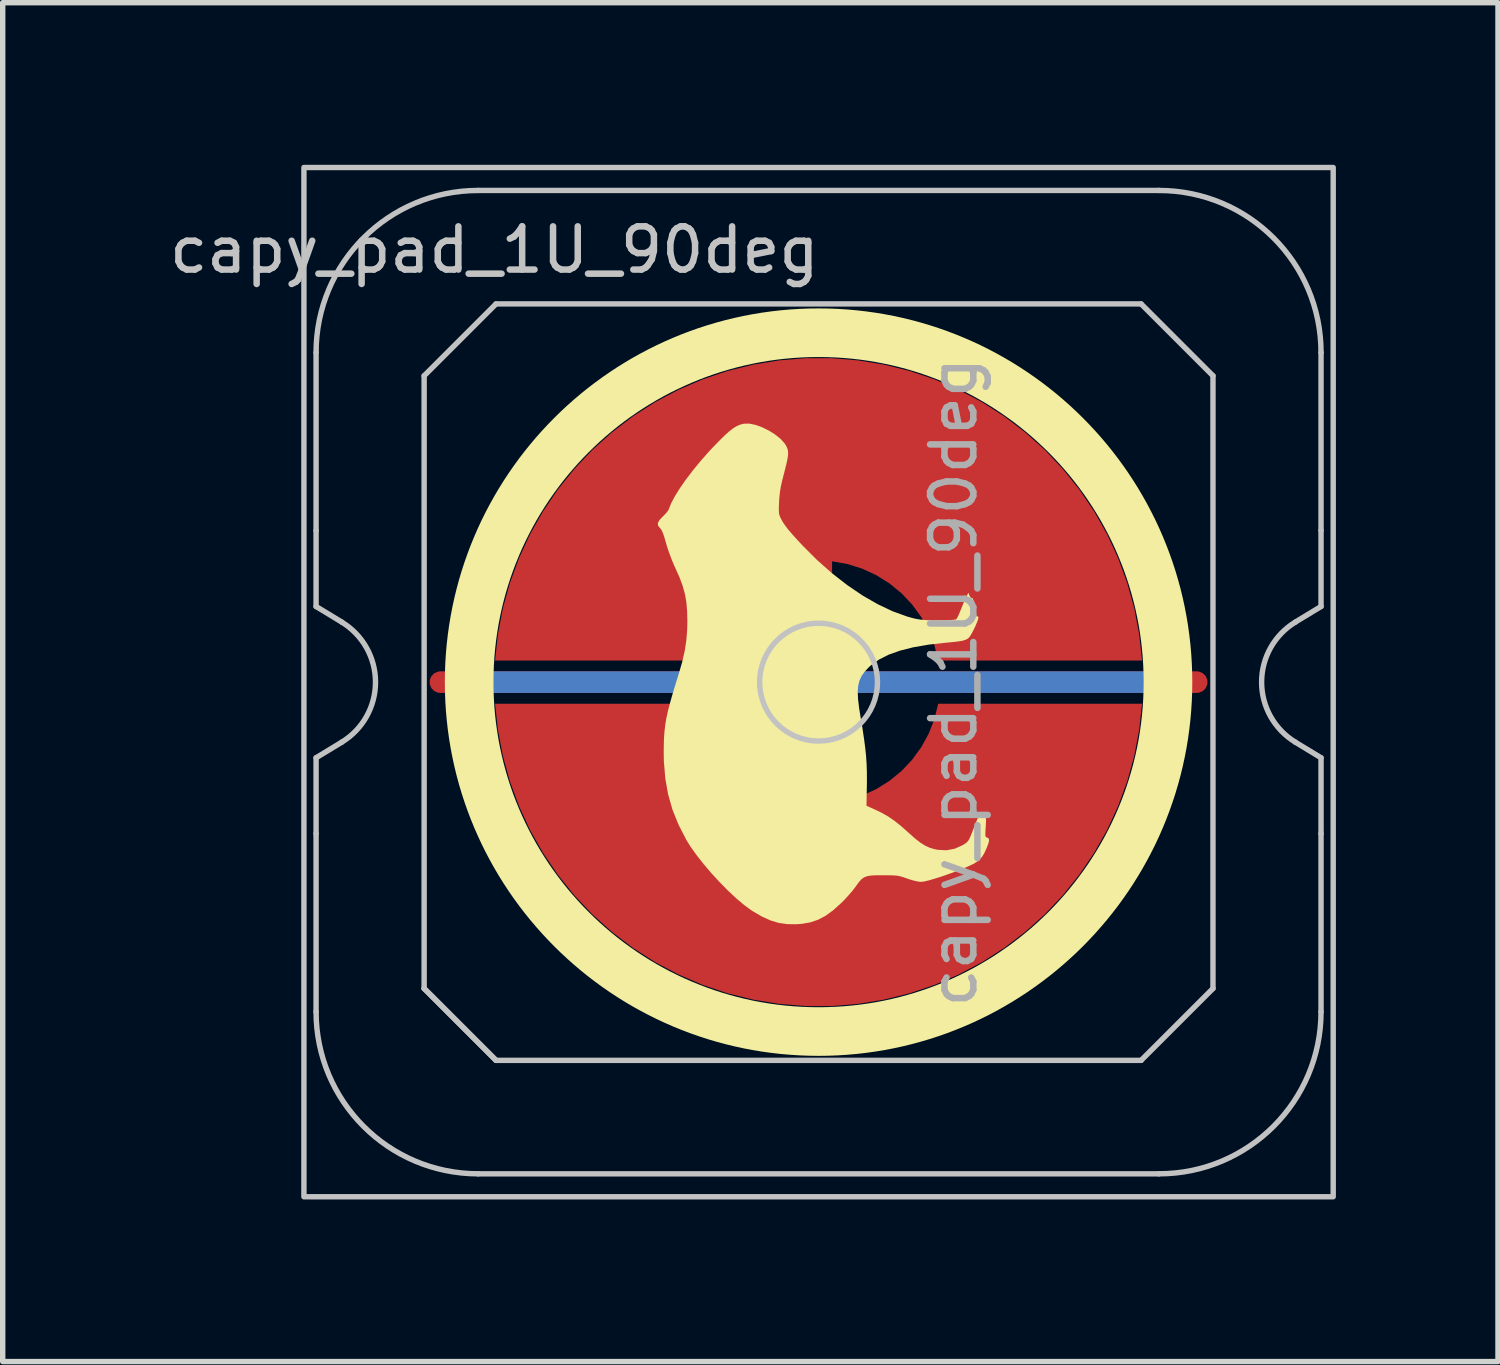
<source format=kicad_pcb>
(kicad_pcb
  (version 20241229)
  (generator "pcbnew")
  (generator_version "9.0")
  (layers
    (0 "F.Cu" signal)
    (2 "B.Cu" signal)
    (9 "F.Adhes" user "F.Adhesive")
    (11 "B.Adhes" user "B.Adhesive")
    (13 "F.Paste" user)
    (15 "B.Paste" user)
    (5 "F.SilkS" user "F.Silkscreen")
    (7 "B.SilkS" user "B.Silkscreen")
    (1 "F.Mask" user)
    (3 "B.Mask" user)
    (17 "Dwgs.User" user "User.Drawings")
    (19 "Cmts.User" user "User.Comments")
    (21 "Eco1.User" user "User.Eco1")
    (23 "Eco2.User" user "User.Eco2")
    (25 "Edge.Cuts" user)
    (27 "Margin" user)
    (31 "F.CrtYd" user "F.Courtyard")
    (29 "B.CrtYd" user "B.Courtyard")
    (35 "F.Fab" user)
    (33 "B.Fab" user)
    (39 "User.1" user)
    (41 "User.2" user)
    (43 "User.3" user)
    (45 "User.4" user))
  (footprint "capy_pad_1U_90deg"
    (layer "F.Cu")
    (at 12.1 9.575)
    (property "Reference" "capy_pad_1U_90deg" (at -6 -8 0) (layer "Dwgs.User") (effects (font (size 0.8 0.8) (thickness 0.12))))
    (attr smd)
    (fp_circle (center 0 0) (end 0 6.467) (stroke (width 0.9) (type solid)) (fill no) (layer "F.SilkS"))
    (fp_poly (pts (xy -2.949 -2.994) (xy -2.889 -3.059) (xy -2.883 -3.064) (xy -2.831 -3.117) (xy -2.79 -3.167) (xy -2.772 -3.2) (xy -2.729 -3.309) (xy -2.66 -3.439) (xy -2.568 -3.587) (xy -2.457 -3.747) (xy -2.328 -3.916) (xy -2.185 -4.09) (xy -2.032 -4.264) (xy -1.967 -4.334) (xy -1.843 -4.462) (xy -1.74 -4.564) (xy -1.653 -4.642) (xy -1.578 -4.7) (xy -1.511 -4.741) (xy -1.447 -4.767) (xy -1.383 -4.783) (xy -1.283 -4.785) (xy -1.167 -4.761) (xy -1.042 -4.716) (xy -0.917 -4.654) (xy -0.8 -4.58) (xy -0.699 -4.498) (xy -0.623 -4.412) (xy -0.598 -4.37) (xy -0.578 -4.327) (xy -0.566 -4.282) (xy -0.563 -4.231) (xy -0.569 -4.167) (xy -0.585 -4.083) (xy -0.611 -3.974) (xy -0.64 -3.861) (xy -0.676 -3.72) (xy -0.701 -3.604) (xy -0.717 -3.5) (xy -0.727 -3.398) (xy -0.731 -3.334) (xy -0.735 -3.237) (xy -0.735 -3.169) (xy -0.731 -3.119) (xy -0.721 -3.079) (xy -0.703 -3.039) (xy -0.691 -3.016) (xy -0.657 -2.955) (xy -0.613 -2.891) (xy -0.557 -2.818) (xy -0.484 -2.733) (xy -0.391 -2.63) (xy -0.296 -2.528) (xy -0.029 -2.261) (xy 0.248 -2.016) (xy 0.529 -1.797) (xy 0.812 -1.605) (xy 1.095 -1.442) (xy 1.372 -1.311) (xy 1.643 -1.213) (xy 1.754 -1.182) (xy 1.829 -1.166) (xy 1.907 -1.155) (xy 1.998 -1.148) (xy 2.112 -1.145) (xy 2.213 -1.145) (xy 2.32 -1.146) (xy 2.415 -1.148) (xy 2.489 -1.153) (xy 2.535 -1.158) (xy 2.545 -1.161) (xy 2.563 -1.185) (xy 2.589 -1.236) (xy 2.619 -1.306) (xy 2.636 -1.349) (xy 2.67 -1.433) (xy 2.702 -1.511) (xy 2.729 -1.571) (xy 2.738 -1.588) (xy 2.773 -1.654) (xy 2.793 -1.6) (xy 2.815 -1.564) (xy 2.839 -1.556) (xy 2.857 -1.547) (xy 2.867 -1.504) (xy 2.867 -1.433) (xy 2.858 -1.336) (xy 2.852 -1.293) (xy 2.847 -1.246) (xy 2.856 -1.226) (xy 2.888 -1.221) (xy 2.904 -1.221) (xy 2.946 -1.218) (xy 2.959 -1.202) (xy 2.954 -1.168) (xy 2.935 -1.114) (xy 2.905 -1.042) (xy 2.868 -0.965) (xy 2.831 -0.895) (xy 2.8 -0.844) (xy 2.789 -0.83) (xy 2.762 -0.805) (xy 2.727 -0.786) (xy 2.679 -0.77) (xy 2.612 -0.757) (xy 2.519 -0.745) (xy 2.395 -0.733) (xy 2.353 -0.729) (xy 2.035 -0.694) (xy 1.754 -0.645) (xy 1.508 -0.583) (xy 1.295 -0.507) (xy 1.117 -0.417) (xy 0.97 -0.312) (xy 0.925 -0.271) (xy 0.852 -0.192) (xy 0.796 -0.113) (xy 0.757 -0.028) (xy 0.733 0.068) (xy 0.725 0.18) (xy 0.731 0.314) (xy 0.75 0.475) (xy 0.775 0.633) (xy 0.812 0.853) (xy 0.841 1.044) (xy 0.863 1.212) (xy 0.879 1.364) (xy 0.889 1.51) (xy 0.894 1.655) (xy 0.895 1.808) (xy 0.894 1.902) (xy 0.887 2.289) (xy 1.047 2.36) (xy 1.177 2.423) (xy 1.294 2.49) (xy 1.407 2.568) (xy 1.526 2.663) (xy 1.659 2.781) (xy 1.668 2.789) (xy 1.783 2.892) (xy 1.882 2.969) (xy 1.97 3.025) (xy 2.057 3.065) (xy 2.148 3.092) (xy 2.21 3.104) (xy 2.368 3.112) (xy 2.522 3.083) (xy 2.667 3.017) (xy 2.667 3.017) (xy 2.714 2.988) (xy 2.748 2.961) (xy 2.774 2.93) (xy 2.799 2.884) (xy 2.827 2.818) (xy 2.856 2.743) (xy 2.89 2.656) (xy 2.921 2.578) (xy 2.946 2.52) (xy 2.96 2.492) (xy 2.987 2.457) (xy 3.01 2.451) (xy 3.021 2.474) (xy 3.021 2.477) (xy 3.038 2.501) (xy 3.064 2.506) (xy 3.083 2.508) (xy 3.095 2.518) (xy 3.1 2.543) (xy 3.099 2.592) (xy 3.094 2.67) (xy 3.093 2.686) (xy 3.088 2.771) (xy 3.086 2.824) (xy 3.091 2.855) (xy 3.101 2.87) (xy 3.12 2.877) (xy 3.148 2.892) (xy 3.156 2.924) (xy 3.146 2.977) (xy 3.116 3.057) (xy 3.112 3.068) (xy 3.069 3.162) (xy 3.029 3.229) (xy 2.984 3.281) (xy 2.926 3.328) (xy 2.92 3.332) (xy 2.861 3.367) (xy 2.772 3.409) (xy 2.663 3.455) (xy 2.538 3.504) (xy 2.407 3.552) (xy 2.276 3.598) (xy 2.151 3.637) (xy 2.041 3.669) (xy 1.953 3.69) (xy 1.893 3.697) (xy 1.892 3.697) (xy 1.835 3.69) (xy 1.756 3.672) (xy 1.67 3.646) (xy 1.643 3.636) (xy 1.572 3.611) (xy 1.514 3.594) (xy 1.457 3.583) (xy 1.391 3.577) (xy 1.305 3.575) (xy 1.211 3.574) (xy 1.078 3.574) (xy 0.977 3.579) (xy 0.901 3.591) (xy 0.843 3.613) (xy 0.795 3.647) (xy 0.75 3.697) (xy 0.7 3.765) (xy 0.696 3.771) (xy 0.64 3.846) (xy 0.565 3.934) (xy 0.483 4.024) (xy 0.416 4.091) (xy 0.268 4.224) (xy 0.129 4.325) (xy -0.008 4.397) (xy -0.151 4.446) (xy -0.306 4.473) (xy -0.412 4.481) (xy -0.579 4.479) (xy -0.734 4.457) (xy -0.885 4.412) (xy -1.042 4.342) (xy -1.211 4.244) (xy -1.246 4.221) (xy -1.375 4.127) (xy -1.519 4.006) (xy -1.671 3.864) (xy -1.827 3.706) (xy -1.98 3.54) (xy -2.125 3.37) (xy -2.256 3.204) (xy -2.369 3.046) (xy -2.447 2.92) (xy -2.592 2.638) (xy -2.704 2.359) (xy -2.785 2.075) (xy -2.837 1.78) (xy -2.863 1.465) (xy -2.866 1.296) (xy -2.864 1.154) (xy -2.86 1.026) (xy -2.851 0.906) (xy -2.837 0.789) (xy -2.817 0.669) (xy -2.789 0.54) (xy -2.752 0.396) (xy -2.706 0.233) (xy -2.649 0.043) (xy -2.59 -0.146) (xy -2.525 -0.37) (xy -2.478 -0.573) (xy -2.448 -0.767) (xy -2.432 -0.963) (xy -2.428 -1.13) (xy -2.433 -1.318) (xy -2.447 -1.483) (xy -2.474 -1.635) (xy -2.516 -1.784) (xy -2.575 -1.943) (xy -2.655 -2.121) (xy -2.662 -2.136) (xy -2.711 -2.25) (xy -2.761 -2.382) (xy -2.805 -2.511) (xy -2.824 -2.577) (xy -2.856 -2.689) (xy -2.884 -2.769) (xy -2.91 -2.822) (xy -2.932 -2.848) (xy -2.969 -2.894) (xy -2.975 -2.941)) (stroke (width 0) (type solid)) (fill yes) (layer "F.SilkS"))
    (fp_line (start -9.3 -2.805) (end -9.3 -6.1) (stroke (width 0.1) (type solid)) (layer "Dwgs.User"))
    (fp_line (start -9.3 -1.4) (end -9.3 -2.805) (stroke (width 0.1) (type solid)) (layer "Dwgs.User"))
    (fp_line (start -9.3 1.4) (end -8.824 1.111) (stroke (width 0.1) (type solid)) (layer "Dwgs.User"))
    (fp_line (start -9.3 2.805) (end -9.3 1.4) (stroke (width 0.1) (type solid)) (layer "Dwgs.User"))
    (fp_line (start -9.3 6.1) (end -9.3 2.805) (stroke (width 0.1) (type solid)) (layer "Dwgs.User"))
    (fp_line (start -8.824 -1.111) (end -9.3 -1.4) (stroke (width 0.1) (type solid)) (layer "Dwgs.User"))
    (fp_line (start -7.3 -5.67) (end -5.97 -7) (stroke (width 0.1) (type solid)) (layer "Dwgs.User"))
    (fp_line (start -7.3 5.67) (end -7.3 -5.67) (stroke (width 0.1) (type solid)) (layer "Dwgs.User"))
    (fp_line (start -7.3 5.67) (end -5.97 7) (stroke (width 0.1) (type solid)) (layer "Dwgs.User"))
    (fp_line (start -6.3 -9.1) (end 6.3 -9.1) (stroke (width 0.1) (type solid)) (layer "Dwgs.User"))
    (fp_line (start -5.97 -7) (end 5.97 -7) (stroke (width 0.1) (type solid)) (layer "Dwgs.User"))
    (fp_line (start -5.97 7) (end -7.3 5.67) (stroke (width 0.1) (type solid)) (layer "Dwgs.User"))
    (fp_line (start 5.97 -7) (end 7.3 -5.67) (stroke (width 0.1) (type solid)) (layer "Dwgs.User"))
    (fp_line (start 5.97 7) (end -5.97 7) (stroke (width 0.1) (type solid)) (layer "Dwgs.User"))
    (fp_line (start 6.3 9.1) (end -6.3 9.1) (stroke (width 0.1) (type solid)) (layer "Dwgs.User"))
    (fp_line (start 7.3 -5.67) (end 7.3 5.67) (stroke (width 0.1) (type solid)) (layer "Dwgs.User"))
    (fp_line (start 7.3 5.67) (end 5.97 7) (stroke (width 0.1) (type solid)) (layer "Dwgs.User"))
    (fp_line (start 8.824 1.111) (end 9.3 1.4) (stroke (width 0.1) (type solid)) (layer "Dwgs.User"))
    (fp_line (start 9.3 -6.1) (end 9.3 -2.805) (stroke (width 0.1) (type solid)) (layer "Dwgs.User"))
    (fp_line (start 9.3 -2.805) (end 9.3 -1.4) (stroke (width 0.1) (type solid)) (layer "Dwgs.User"))
    (fp_line (start 9.3 -1.4) (end 8.824 -1.111) (stroke (width 0.1) (type solid)) (layer "Dwgs.User"))
    (fp_line (start 9.3 1.4) (end 9.3 2.805) (stroke (width 0.1) (type solid)) (layer "Dwgs.User"))
    (fp_line (start 9.3 2.805) (end 9.3 6.1) (stroke (width 0.1) (type solid)) (layer "Dwgs.User"))
    (fp_rect (start -9.525 -9.525) (end 9.525 9.525) (stroke (width 0.1) (type default)) (fill no) (layer "Dwgs.User"))
    (fp_arc (start -9.3 -6.1) (mid -8.42132 -8.22132) (end -6.3 -9.1) (stroke (width 0.1) (type solid)) (layer "Dwgs.User"))
    (fp_arc (start -8.824333 -1.110619) (mid -8.2 0) (end -8.824333 1.110619) (stroke (width 0.1) (type solid)) (layer "Dwgs.User"))
    (fp_arc (start -6.3 9.1) (mid -8.42132 8.22132) (end -9.3 6.1) (stroke (width 0.1) (type solid)) (layer "Dwgs.User"))
    (fp_arc (start 6.3 -9.1) (mid 8.42132 -8.22132) (end 9.3 -6.1) (stroke (width 0.1) (type solid)) (layer "Dwgs.User"))
    (fp_arc (start 8.824333 1.110619) (mid 8.2 0) (end 8.824333 -1.110619) (stroke (width 0.1) (type solid)) (layer "Dwgs.User"))
    (fp_arc (start 9.3 6.1) (mid 8.42132 8.22132) (end 6.3 9.1) (stroke (width 0.1) (type solid)) (layer "Dwgs.User"))
    (fp_circle (center 0 0) (end 1.09 0) (stroke (width 0.1) (type default)) (fill no) (layer "Dwgs.User"))
    (fp_text user "${REFERENCE}" (at 2.5 0 270) (layer "F.Fab") (effects (font (size 0.8 0.8) (thickness 0.12))))
    (pad "1" smd custom (at 0 -1 270) (size 0.4 0.4) (layers "F.Cu") (options (anchor circle)) (primitives (gr_poly (pts (xy 0.6 -2.214) (xy 0.32 -2.145) (xy 0.052 -2.041) (xy -0.201 -1.903) (xy -0.434 -1.734) (xy -0.644 -1.536) (xy -0.826 -1.314) (xy -0.979 -1.07) (xy -1.1 -0.808) (xy -1.186 -0.534) (xy -1.236 -0.25) (xy 0 -0.25) (xy 0.096 -0.231) (xy 0.177 -0.177) (xy 0.231 -0.096) (xy 0.25 0) (xy 0.231 0.096) (xy 0.177 0.177) (xy 0.096 0.231) (xy 0 0.25) (xy -1.236 0.25) (xy -1.186 0.534) (xy -1.1 0.808) (xy -0.979 1.07) (xy -0.826 1.314) (xy -0.644 1.536) (xy -0.434 1.734) (xy -0.201 1.903) (xy 0.052 2.041) (xy 0.32 2.145) (xy 0.6 2.214) (xy 0.6 5.987) (xy 0.115 5.934) (xy -0.364 5.843) (xy -0.834 5.713) (xy -1.292 5.545) (xy -1.735 5.341) (xy -2.159 5.101) (xy -2.563 4.827) (xy -2.943 4.522) (xy -3.298 4.187) (xy -3.623 3.824) (xy -3.919 3.436) (xy -4.182 3.025) (xy -4.41 2.594) (xy -4.603 2.147) (xy -4.759 1.684) (xy -4.876 1.211) (xy -4.955 0.73) (xy -4.995 0.244) (xy -4.995 -0.244) (xy -4.955 -0.73) (xy -4.876 -1.211) (xy -4.759 -1.684) (xy -4.603 -2.147) (xy -4.41 -2.594) (xy -4.182 -3.025) (xy -3.919 -3.436) (xy -3.623 -3.824) (xy -3.298 -4.187) (xy -2.943 -4.522) (xy -2.563 -4.827) (xy -2.159 -5.101) (xy -1.735 -5.341) (xy -1.292 -5.545) (xy -0.834 -5.713) (xy -0.364 -5.843) (xy 0.115 -5.934) (xy 0.6 -5.987)) (width 0) (fill yes))))
    (pad "2" smd custom (at 0 1 90) (size 0.4 0.4) (layers "F.Cu") (options (anchor circle)) (primitives (gr_poly (pts (xy 0.6 -2.214) (xy 0.32 -2.145) (xy 0.052 -2.041) (xy -0.201 -1.903) (xy -0.434 -1.734) (xy -0.644 -1.536) (xy -0.826 -1.314) (xy -0.979 -1.07) (xy -1.1 -0.808) (xy -1.186 -0.534) (xy -1.236 -0.25) (xy 0 -0.25) (xy 0.096 -0.231) (xy 0.177 -0.177) (xy 0.231 -0.096) (xy 0.25 0) (xy 0.231 0.096) (xy 0.177 0.177) (xy 0.096 0.231) (xy 0 0.25) (xy -1.236 0.25) (xy -1.186 0.534) (xy -1.1 0.808) (xy -0.979 1.07) (xy -0.826 1.314) (xy -0.644 1.536) (xy -0.434 1.734) (xy -0.201 1.903) (xy 0.052 2.041) (xy 0.32 2.145) (xy 0.6 2.214) (xy 0.6 5.987) (xy 0.115 5.934) (xy -0.364 5.843) (xy -0.834 5.713) (xy -1.292 5.545) (xy -1.735 5.341) (xy -2.159 5.101) (xy -2.563 4.827) (xy -2.943 4.522) (xy -3.298 4.187) (xy -3.623 3.824) (xy -3.919 3.436) (xy -4.182 3.025) (xy -4.41 2.594) (xy -4.603 2.147) (xy -4.759 1.684) (xy -4.876 1.211) (xy -4.955 0.73) (xy -4.995 0.244) (xy -4.995 -0.244) (xy -4.955 -0.73) (xy -4.876 -1.211) (xy -4.759 -1.684) (xy -4.603 -2.147) (xy -4.41 -2.594) (xy -4.182 -3.025) (xy -3.919 -3.436) (xy -3.623 -3.824) (xy -3.298 -4.187) (xy -2.943 -4.522) (xy -2.563 -4.827) (xy -2.159 -5.101) (xy -1.735 -5.341) (xy -1.292 -5.545) (xy -0.834 -5.713) (xy -0.364 -5.843) (xy 0.115 -5.934) (xy 0.6 -5.987)) (width 0) (fill yes))))
    (pad "3" smd custom (at 0 0 270) (size 0.4 0.4) (layers "F.Cu") (options (anchor rect)) (primitives (gr_line (start 0 -7) (end 0 7) (width 0.4))))
    (pad "3" smd custom (at 0 0 270) (size 0.4 0.4) (layers "B.Cu") (options (anchor rect)) (primitives (gr_line (start 0 -6.5) (end 0 6.5) (width 0.4))))
    (zone (net_name "") (layer "F.Cu") (hatch edge 0.508) (connect_pads) (min_thickness 0.254) (filled_areas_thickness no) (keepout (tracks allowed) (vias allowed) (pads allowed) (copperpour not_allowed) (footprints allowed)) (placement (enabled no)) (fill) (polygon (pts (xy 19.105 9.575) (xy 19.086 9.062) (xy 19.03 8.552) (xy 18.936 8.047) (xy 18.806 7.55) (xy 18.64 7.065) (xy 18.438 6.592) (xy 18.203 6.136) (xy 17.935 5.699) (xy 17.635 5.282) (xy 17.306 4.888) (xy 16.948 4.519) (xy 16.565 4.178) (xy 16.158 3.865) (xy 15.729 3.583) (xy 15.28 3.334) (xy 14.815 3.117) (xy 14.334 2.936) (xy 13.842 2.79) (xy 13.34 2.681) (xy 12.832 2.608) (xy 12.32 2.574) (xy 11.807 2.576) (xy 11.295 2.617) (xy 10.787 2.694) (xy 10.287 2.809) (xy 9.796 2.96) (xy 9.318 3.146) (xy 8.855 3.367) (xy 8.409 3.622) (xy 7.983 3.908) (xy 7.579 4.225) (xy 7.199 4.57) (xy 6.846 4.943) (xy 6.52 5.34) (xy 6.225 5.76) (xy 5.962 6.2) (xy 5.731 6.659) (xy 5.534 7.133) (xy 5.373 7.621) (xy 5.248 8.119) (xy 5.16 8.624) (xy 5.109 9.135) (xy 5.095 9.648) (xy 5.12 10.161) (xy 5.181 10.671) (xy 5.28 11.175) (xy 5.416 11.67) (xy 5.587 12.154) (xy 5.793 12.624) (xy 6.034 13.077) (xy 6.306 13.512) (xy 6.61 13.926) (xy 6.944 14.316) (xy 7.305 14.681) (xy 7.692 15.019) (xy 8.102 15.327) (xy 8.534 15.604) (xy 8.985 15.849) (xy 9.453 16.061) (xy 9.935 16.237) (xy 10.429 16.378) (xy 10.932 16.482) (xy 11.441 16.549) (xy 11.953 16.578) (xy 12.467 16.57) (xy 12.978 16.525) (xy 13.485 16.442) (xy 13.984 16.322) (xy 14.473 16.166) (xy 14.949 15.974) (xy 15.41 15.748) (xy 15.853 15.489) (xy 16.277 15.199) (xy 16.677 14.878) (xy 17.053 14.528) (xy 17.403 14.152) (xy 17.724 13.751) (xy 18.014 13.328) (xy 18.273 12.885) (xy 18.499 12.424) (xy 18.691 11.948) (xy 18.847 11.459) (xy 18.967 10.96) (xy 19.05 10.453) (xy 19.095 9.942))))
    (zone (net_name "") (layer "B.Cu") (hatch edge 0.508) (connect_pads) (min_thickness 0.254) (filled_areas_thickness no) (keepout (tracks allowed) (vias allowed) (pads allowed) (copperpour not_allowed) (footprints allowed)) (placement (enabled no)) (fill) (polygon (pts (xy 18.658 9.575) (xy 18.638 9.06) (xy 18.578 8.549) (xy 18.477 8.044) (xy 18.337 7.548) (xy 18.159 7.065) (xy 17.943 6.598) (xy 17.692 6.148) (xy 17.406 5.72) (xy 17.087 5.316) (xy 16.737 4.938) (xy 16.359 4.588) (xy 15.955 4.269) (xy 15.527 3.983) (xy 15.077 3.732) (xy 14.61 3.516) (xy 14.127 3.338) (xy 13.631 3.198) (xy 13.126 3.097) (xy 12.615 3.037) (xy 12.1 3.017) (xy 11.585 3.037) (xy 11.074 3.097) (xy 10.569 3.198) (xy 10.073 3.338) (xy 9.59 3.516) (xy 9.123 3.732) (xy 8.673 3.983) (xy 8.245 4.269) (xy 7.841 4.588) (xy 7.463 4.938) (xy 7.113 5.316) (xy 6.794 5.72) (xy 6.508 6.148) (xy 6.257 6.598) (xy 6.041 7.065) (xy 5.863 7.548) (xy 5.723 8.044) (xy 5.622 8.549) (xy 5.562 9.06) (xy 5.542 9.575) (xy 5.562 10.09) (xy 5.622 10.601) (xy 5.723 11.106) (xy 5.863 11.602) (xy 6.041 12.085) (xy 6.257 12.552) (xy 6.508 13.002) (xy 6.794 13.43) (xy 7.113 13.834) (xy 7.463 14.212) (xy 7.841 14.562) (xy 8.245 14.881) (xy 8.673 15.167) (xy 9.123 15.418) (xy 9.59 15.634) (xy 10.073 15.812) (xy 10.569 15.952) (xy 11.074 16.053) (xy 11.585 16.113) (xy 12.1 16.133) (xy 12.615 16.113) (xy 13.126 16.053) (xy 13.631 15.952) (xy 14.127 15.812) (xy 14.61 15.634) (xy 15.077 15.418) (xy 15.527 15.167) (xy 15.955 14.881) (xy 16.359 14.562) (xy 16.737 14.212) (xy 17.087 13.834) (xy 17.406 13.43) (xy 17.692 13.002) (xy 17.943 12.552) (xy 18.159 12.085) (xy 18.337 11.602) (xy 18.477 11.106) (xy 18.578 10.601) (xy 18.638 10.09)))))
  (gr_rect
    (start -3 -3)
    (end 24.675 22.15)
    (stroke (width 0.1) (type default))
    (fill no)
    (layer "Edge.Cuts")))
</source>
